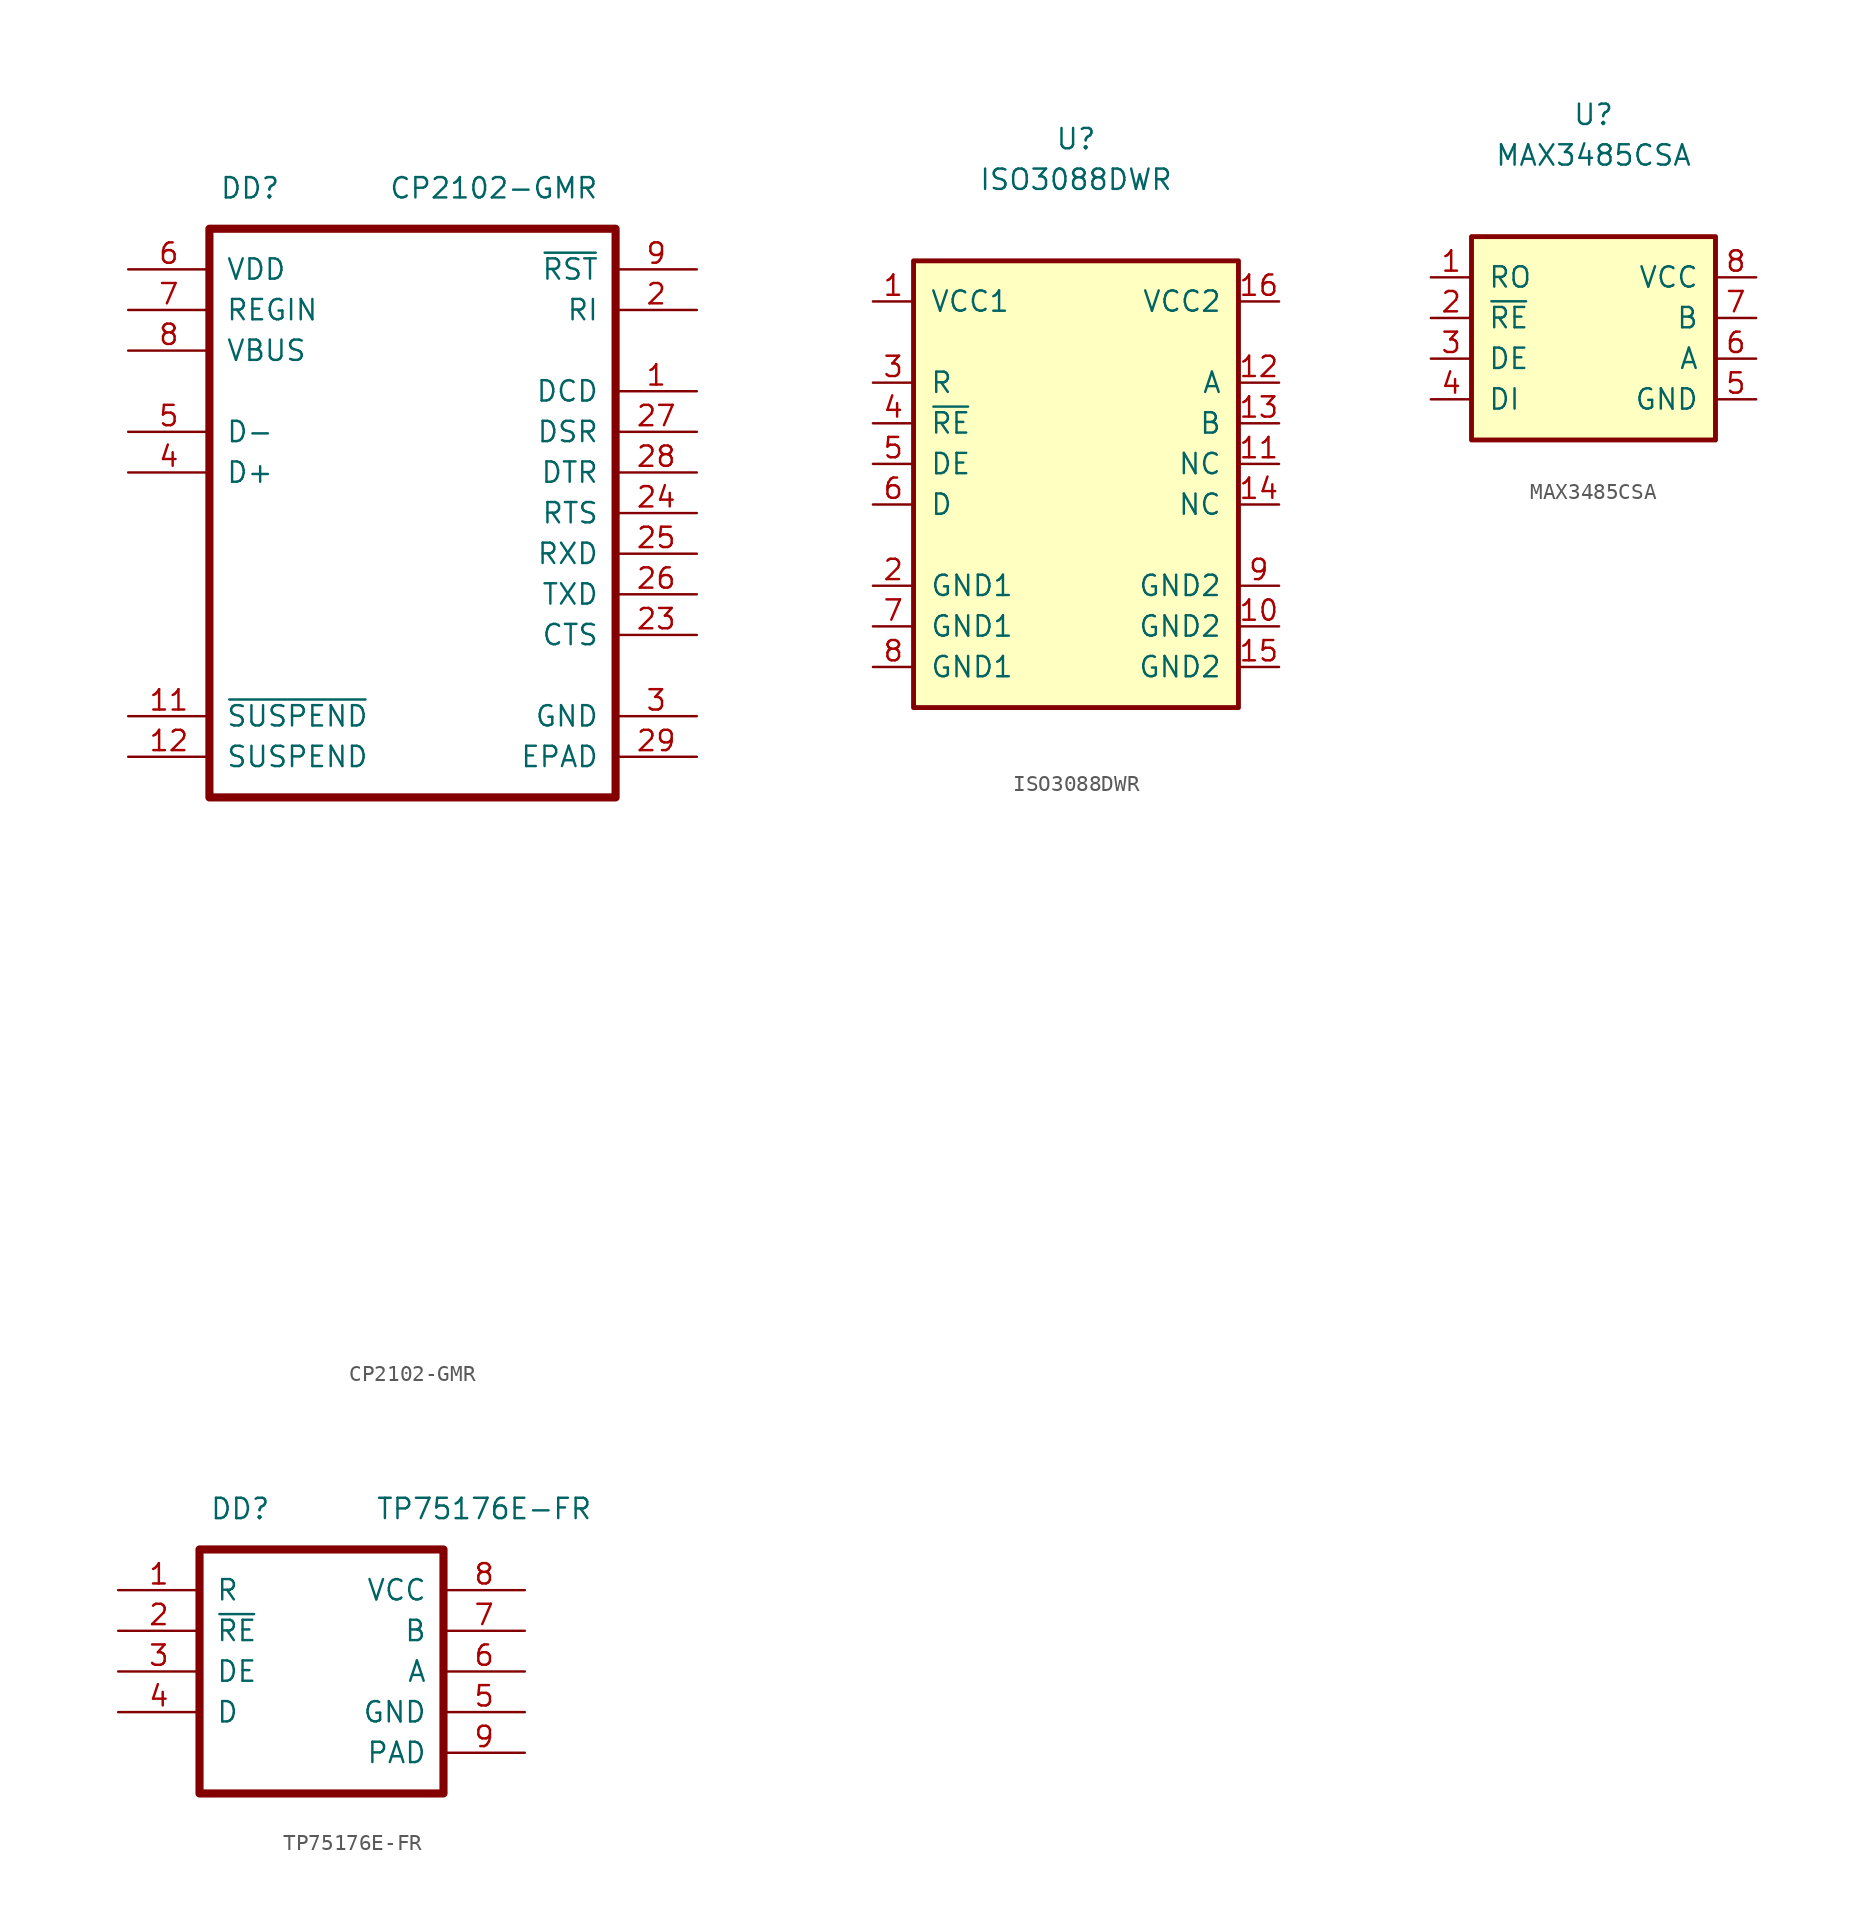
<source format=kicad_sym>
(kicad_symbol_lib
  (version 20211014)
  (generator kicad_symbol_editor)
  (symbol "CP2102-GMR"
    (pin_names
      (offset 1.016))
    (property "Reference" "DD"
      (at 7.62 5.08 0)
      (effects (font (size 1.27 1.27))))
    (property "Value" "CP2102-GMR"
      (at 22.86 5.08 0)
      (effects (font (size 1.27 1.27))))
    (symbol "CP2102-GMR_0_1"
      (rectangle (start 5.08 2.54) (end 30.48 -33.02) (stroke (width 0.508) (type default) (color 0 0 0 0)) (fill (type none))))
    (symbol "CP2102-GMR_1_1"
      (pin input line (at 35.56 -7.62 180) (length 5.08) (name "DCD" (effects (font (size 1.27 1.27)))) (number "1" (effects (font (size 1.27 1.27)))))
      (pin unspecified line (at 0 -35.56 0) (length 5.08) hide (name "NC" (effects (font (size 1.27 1.27)))) (number "10" (effects (font (size 1.27 1.27)))))
      (pin output line (at 0 -27.94 0) (length 5.08) (name "~{SUSPEND}" (effects (font (size 1.27 1.27)))) (number "11" (effects (font (size 1.27 1.27)))))
      (pin output line (at 0 -30.48 0) (length 5.08) (name "SUSPEND" (effects (font (size 1.27 1.27)))) (number "12" (effects (font (size 1.27 1.27)))))
      (pin unspecified line (at 0 -38.1 0) (length 5.08) hide (name "NC" (effects (font (size 1.27 1.27)))) (number "13" (effects (font (size 1.27 1.27)))))
      (pin unspecified line (at 0 -40.64 0) (length 5.08) hide (name "NC" (effects (font (size 1.27 1.27)))) (number "14" (effects (font (size 1.27 1.27)))))
      (pin unspecified line (at 0 -43.18 0) (length 5.08) hide (name "NC" (effects (font (size 1.27 1.27)))) (number "15" (effects (font (size 1.27 1.27)))))
      (pin unspecified line (at 0 -45.72 0) (length 5.08) hide (name "NC" (effects (font (size 1.27 1.27)))) (number "16" (effects (font (size 1.27 1.27)))))
      (pin unspecified line (at 0 -48.26 0) (length 5.08) hide (name "NC" (effects (font (size 1.27 1.27)))) (number "17" (effects (font (size 1.27 1.27)))))
      (pin unspecified line (at 0 -50.8 0) (length 5.08) hide (name "NC" (effects (font (size 1.27 1.27)))) (number "18" (effects (font (size 1.27 1.27)))))
      (pin unspecified line (at 0 -53.34 0) (length 5.08) hide (name "NC" (effects (font (size 1.27 1.27)))) (number "19" (effects (font (size 1.27 1.27)))))
      (pin input line (at 35.56 -2.54 180) (length 5.08) (name "RI" (effects (font (size 1.27 1.27)))) (number "2" (effects (font (size 1.27 1.27)))))
      (pin unspecified line (at 0 -55.88 0) (length 5.08) hide (name "NC" (effects (font (size 1.27 1.27)))) (number "20" (effects (font (size 1.27 1.27)))))
      (pin unspecified line (at 0 -58.42 0) (length 5.08) hide (name "NC" (effects (font (size 1.27 1.27)))) (number "21" (effects (font (size 1.27 1.27)))))
      (pin unspecified line (at 0 -60.96 0) (length 5.08) hide (name "NC" (effects (font (size 1.27 1.27)))) (number "22" (effects (font (size 1.27 1.27)))))
      (pin input line (at 35.56 -22.86 180) (length 5.08) (name "CTS" (effects (font (size 1.27 1.27)))) (number "23" (effects (font (size 1.27 1.27)))))
      (pin output line (at 35.56 -15.24 180) (length 5.08) (name "RTS" (effects (font (size 1.27 1.27)))) (number "24" (effects (font (size 1.27 1.27)))))
      (pin input line (at 35.56 -17.78 180) (length 5.08) (name "RXD" (effects (font (size 1.27 1.27)))) (number "25" (effects (font (size 1.27 1.27)))))
      (pin output line (at 35.56 -20.32 180) (length 5.08) (name "TXD" (effects (font (size 1.27 1.27)))) (number "26" (effects (font (size 1.27 1.27)))))
      (pin input line (at 35.56 -10.16 180) (length 5.08) (name "DSR" (effects (font (size 1.27 1.27)))) (number "27" (effects (font (size 1.27 1.27)))))
      (pin output line (at 35.56 -12.7 180) (length 5.08) (name "DTR" (effects (font (size 1.27 1.27)))) (number "28" (effects (font (size 1.27 1.27)))))
      (pin power_in line (at 35.56 -30.48 180) (length 5.08) (name "EPAD" (effects (font (size 1.27 1.27)))) (number "29" (effects (font (size 1.27 1.27)))))
      (pin power_in line (at 35.56 -27.94 180) (length 5.08) (name "GND" (effects (font (size 1.27 1.27)))) (number "3" (effects (font (size 1.27 1.27)))))
      (pin bidirectional line (at 0 -12.7 0) (length 5.08) (name "D+" (effects (font (size 1.27 1.27)))) (number "4" (effects (font (size 1.27 1.27)))))
      (pin bidirectional line (at 0 -10.16 0) (length 5.08) (name "D-" (effects (font (size 1.27 1.27)))) (number "5" (effects (font (size 1.27 1.27)))))
      (pin power_out line (at 0 0 0) (length 5.08) (name "VDD" (effects (font (size 1.27 1.27)))) (number "6" (effects (font (size 1.27 1.27)))))
      (pin power_in line (at 0 -2.54 0) (length 5.08) (name "REGIN" (effects (font (size 1.27 1.27)))) (number "7" (effects (font (size 1.27 1.27)))))
      (pin input line (at 0 -5.08 0) (length 5.08) (name "VBUS" (effects (font (size 1.27 1.27)))) (number "8" (effects (font (size 1.27 1.27)))))
      (pin bidirectional line (at 35.56 0 180) (length 5.08) (name "~{RST}" (effects (font (size 1.27 1.27)))) (number "9" (effects (font (size 1.27 1.27)))))))
  (symbol "ISO3088DWR"
    (pin_names
      (offset 1.016))
    (property "Reference" "U"
      (at 0 20.32 0)
      (effects (font (size 1.27 1.27))))
    (property "Value" "ISO3088DWR"
      (at 0 17.78 0)
      (effects (font (size 1.27 1.27))))
    (symbol "ISO3088DWR_0_1"
      (rectangle (start -10.16 12.7) (end 10.16 -15.24) (stroke (width 0.305) (type default) (color 0 0 0 0)) (fill (type background))))
    (symbol "ISO3088DWR_1_1"
      (pin power_in line (at -12.7 10.16 0) (length 2.54) (name "VCC1" (effects (font (size 1.27 1.27)))) (number "1" (effects (font (size 1.27 1.27)))))
      (pin power_in line (at 12.7 -10.16 180) (length 2.54) (name "GND2" (effects (font (size 1.27 1.27)))) (number "10" (effects (font (size 1.27 1.27)))))
      (pin passive line (at 12.7 0 180) (length 2.54) (name "NC" (effects (font (size 1.27 1.27)))) (number "11" (effects (font (size 1.27 1.27)))))
      (pin bidirectional line (at 12.7 5.08 180) (length 2.54) (name "A" (effects (font (size 1.27 1.27)))) (number "12" (effects (font (size 1.27 1.27)))))
      (pin bidirectional line (at 12.7 2.54 180) (length 2.54) (name "B" (effects (font (size 1.27 1.27)))) (number "13" (effects (font (size 1.27 1.27)))))
      (pin passive line (at 12.7 -2.54 180) (length 2.54) (name "NC" (effects (font (size 1.27 1.27)))) (number "14" (effects (font (size 1.27 1.27)))))
      (pin power_in line (at 12.7 -12.7 180) (length 2.54) (name "GND2" (effects (font (size 1.27 1.27)))) (number "15" (effects (font (size 1.27 1.27)))))
      (pin power_in line (at 12.7 10.16 180) (length 2.54) (name "VCC2" (effects (font (size 1.27 1.27)))) (number "16" (effects (font (size 1.27 1.27)))))
      (pin power_in line (at -12.7 -7.62 0) (length 2.54) (name "GND1" (effects (font (size 1.27 1.27)))) (number "2" (effects (font (size 1.27 1.27)))))
      (pin output line (at -12.7 5.08 0) (length 2.54) (name "R" (effects (font (size 1.27 1.27)))) (number "3" (effects (font (size 1.27 1.27)))))
      (pin input line (at -12.7 2.54 0) (length 2.54) (name "~{RE}" (effects (font (size 1.27 1.27)))) (number "4" (effects (font (size 1.27 1.27)))))
      (pin input line (at -12.7 0 0) (length 2.54) (name "DE" (effects (font (size 1.27 1.27)))) (number "5" (effects (font (size 1.27 1.27)))))
      (pin input line (at -12.7 -2.54 0) (length 2.54) (name "D" (effects (font (size 1.27 1.27)))) (number "6" (effects (font (size 1.27 1.27)))))
      (pin power_in line (at -12.7 -10.16 0) (length 2.54) (name "GND1" (effects (font (size 1.27 1.27)))) (number "7" (effects (font (size 1.27 1.27)))))
      (pin power_in line (at -12.7 -12.7 0) (length 2.54) (name "GND1" (effects (font (size 1.27 1.27)))) (number "8" (effects (font (size 1.27 1.27)))))
      (pin power_in line (at 12.7 -7.62 180) (length 2.54) (name "GND2" (effects (font (size 1.27 1.27)))) (number "9" (effects (font (size 1.27 1.27)))))))
  (symbol "MAX3485CSA"
    (pin_names
      (offset 1.016))
    (property "Reference" "U"
      (at 0 12.7 0)
      (effects (font (size 1.27 1.27))))
    (property "Value" "MAX3485CSA"
      (at 0 10.16 0)
      (effects (font (size 1.27 1.27))))
    (symbol "MAX3485CSA_0_1"
      (rectangle (start -7.62 5.08) (end 7.62 -7.62) (stroke (width 0.305) (type default) (color 0 0 0 0)) (fill (type background))))
    (symbol "MAX3485CSA_1_1"
      (pin output line (at -10.16 2.54 0) (length 2.54) (name "RO" (effects (font (size 1.27 1.27)))) (number "1" (effects (font (size 1.27 1.27)))))
      (pin input line (at -10.16 0 0) (length 2.54) (name "~{RE}" (effects (font (size 1.27 1.27)))) (number "2" (effects (font (size 1.27 1.27)))))
      (pin input line (at -10.16 -2.54 0) (length 2.54) (name "DE" (effects (font (size 1.27 1.27)))) (number "3" (effects (font (size 1.27 1.27)))))
      (pin input line (at -10.16 -5.08 0) (length 2.54) (name "DI" (effects (font (size 1.27 1.27)))) (number "4" (effects (font (size 1.27 1.27)))))
      (pin power_in line (at 10.16 -5.08 180) (length 2.54) (name "GND" (effects (font (size 1.27 1.27)))) (number "5" (effects (font (size 1.27 1.27)))))
      (pin output line (at 10.16 -2.54 180) (length 2.54) (name "A" (effects (font (size 1.27 1.27)))) (number "6" (effects (font (size 1.27 1.27)))))
      (pin output line (at 10.16 0 180) (length 2.54) (name "B" (effects (font (size 1.27 1.27)))) (number "7" (effects (font (size 1.27 1.27)))))
      (pin power_in line (at 10.16 2.54 180) (length 2.54) (name "VCC" (effects (font (size 1.27 1.27)))) (number "8" (effects (font (size 1.27 1.27)))))))
  (symbol "TP75176E-FR"
    (pin_names
      (offset 1.016))
    (property "Reference" "DD"
      (at 7.62 5.08 0)
      (effects (font (size 1.27 1.27))))
    (property "Value" "TP75176E-FR"
      (at 22.86 5.08 0)
      (effects (font (size 1.27 1.27))))
    (symbol "TP75176E-FR_0_1"
      (rectangle (start 5.08 2.54) (end 20.32 -12.7) (stroke (width 0.508) (type default) (color 0 0 0 0)) (fill (type none))))
    (symbol "TP75176E-FR_1_1"
      (pin output line (at 0 0 0) (length 5.08) (name "R" (effects (font (size 1.27 1.27)))) (number "1" (effects (font (size 1.27 1.27)))))
      (pin input line (at 0 -2.54 0) (length 5.08) (name "~{RE}" (effects (font (size 1.27 1.27)))) (number "2" (effects (font (size 1.27 1.27)))))
      (pin input line (at 0 -5.08 0) (length 5.08) (name "DE" (effects (font (size 1.27 1.27)))) (number "3" (effects (font (size 1.27 1.27)))))
      (pin input line (at 0 -7.62 0) (length 5.08) (name "D" (effects (font (size 1.27 1.27)))) (number "4" (effects (font (size 1.27 1.27)))))
      (pin power_in line (at 25.4 -7.62 180) (length 5.08) (name "GND" (effects (font (size 1.27 1.27)))) (number "5" (effects (font (size 1.27 1.27)))))
      (pin bidirectional line (at 25.4 -5.08 180) (length 5.08) (name "A" (effects (font (size 1.27 1.27)))) (number "6" (effects (font (size 1.27 1.27)))))
      (pin bidirectional line (at 25.4 -2.54 180) (length 5.08) (name "B" (effects (font (size 1.27 1.27)))) (number "7" (effects (font (size 1.27 1.27)))))
      (pin power_in line (at 25.4 0 180) (length 5.08) (name "VCC" (effects (font (size 1.27 1.27)))) (number "8" (effects (font (size 1.27 1.27)))))
      (pin power_in line (at 25.4 -10.16 180) (length 5.08) (name "PAD" (effects (font (size 1.27 1.27)))) (number "9" (effects (font (size 1.27 1.27))))))))
</source>
